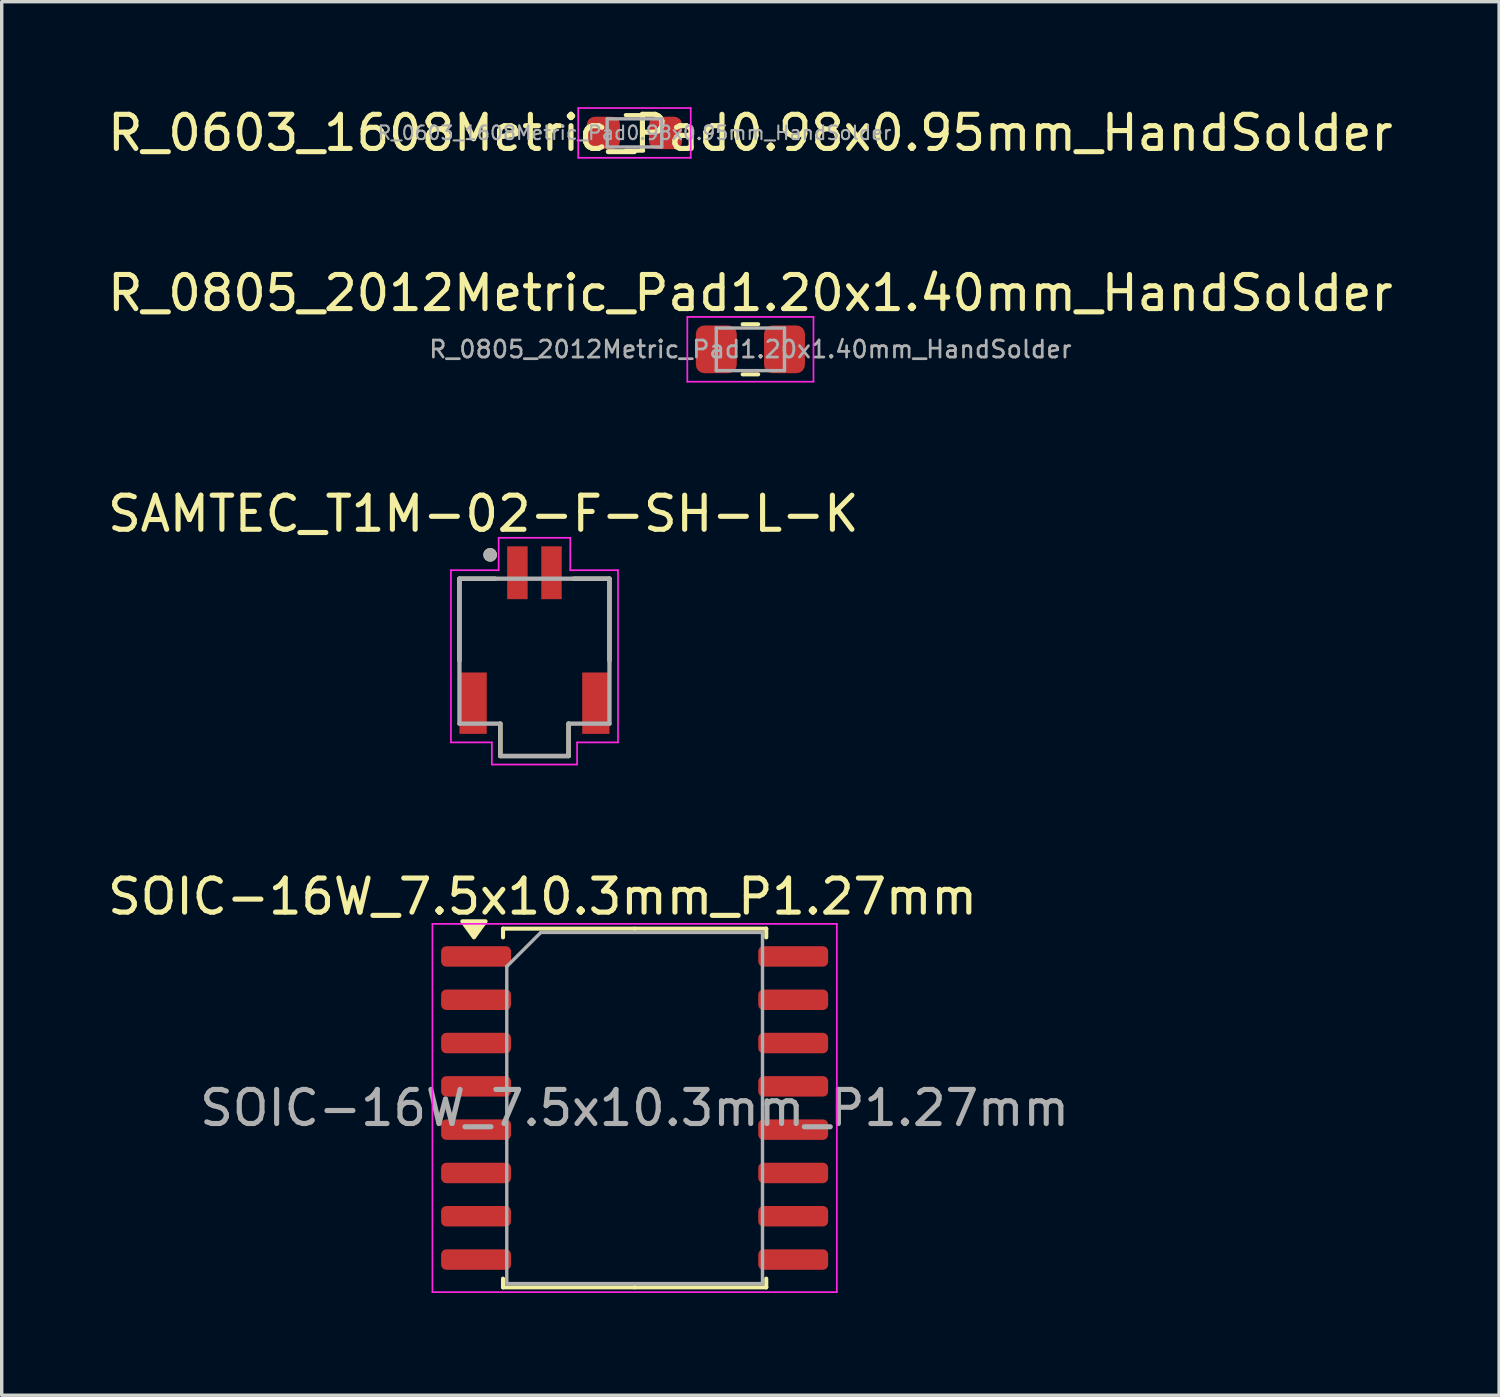
<source format=kicad_pcb>
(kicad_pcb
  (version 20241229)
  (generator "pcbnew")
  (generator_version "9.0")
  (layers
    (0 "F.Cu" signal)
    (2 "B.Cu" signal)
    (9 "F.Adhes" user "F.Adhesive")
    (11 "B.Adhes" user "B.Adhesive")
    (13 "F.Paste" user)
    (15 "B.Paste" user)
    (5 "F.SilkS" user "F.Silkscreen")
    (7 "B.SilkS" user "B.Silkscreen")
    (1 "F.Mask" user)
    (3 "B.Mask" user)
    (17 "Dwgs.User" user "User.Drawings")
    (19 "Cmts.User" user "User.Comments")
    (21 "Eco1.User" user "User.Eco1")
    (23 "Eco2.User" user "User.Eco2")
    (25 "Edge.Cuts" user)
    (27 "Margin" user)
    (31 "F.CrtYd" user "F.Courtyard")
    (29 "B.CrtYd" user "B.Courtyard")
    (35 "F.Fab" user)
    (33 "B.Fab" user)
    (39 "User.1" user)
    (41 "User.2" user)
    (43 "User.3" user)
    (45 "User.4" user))
  (footprint "SOIC-16W_7.5x10.3mm_P1.27mm"
    (layer "F.Cu")
    (at 15.563 29.446)
    (property "Reference" "SOIC-16W_7.5x10.3mm_P1.27mm" (at -2.7 -6.2 0) (layer "F.SilkS") (effects (font (size 1 1) (thickness 0.15))))
    (attr smd)
    (fp_line (start -3.86 -5.26) (end -3.86 -5.005) (stroke (width 0.12) (type solid)) (layer "F.SilkS"))
    (fp_line (start -3.86 5.26) (end -3.86 5.005) (stroke (width 0.12) (type solid)) (layer "F.SilkS"))
    (fp_line (start 0 -5.26) (end -3.86 -5.26) (stroke (width 0.12) (type solid)) (layer "F.SilkS"))
    (fp_line (start 0 -5.26) (end 3.86 -5.26) (stroke (width 0.12) (type solid)) (layer "F.SilkS"))
    (fp_line (start 0 5.26) (end -3.86 5.26) (stroke (width 0.12) (type solid)) (layer "F.SilkS"))
    (fp_line (start 0 5.26) (end 3.86 5.26) (stroke (width 0.12) (type solid)) (layer "F.SilkS"))
    (fp_line (start 3.86 -5.26) (end 3.86 -5.005) (stroke (width 0.12) (type solid)) (layer "F.SilkS"))
    (fp_line (start 3.86 5.26) (end 3.86 5.005) (stroke (width 0.12) (type solid)) (layer "F.SilkS"))
    (fp_poly (pts (xy -4.713 -5.005) (xy -5.053 -5.475) (xy -4.372 -5.475) (xy -4.713 -5.005)) (stroke (width 0.12) (type solid)) (fill yes) (layer "F.SilkS"))
    (fp_line (start -5.93 -5.4) (end -5.93 5.4) (stroke (width 0.05) (type solid)) (layer "F.CrtYd"))
    (fp_line (start -5.93 5.4) (end 5.93 5.4) (stroke (width 0.05) (type solid)) (layer "F.CrtYd"))
    (fp_line (start 5.93 -5.4) (end -5.93 -5.4) (stroke (width 0.05) (type solid)) (layer "F.CrtYd"))
    (fp_line (start 5.93 5.4) (end 5.93 -5.4) (stroke (width 0.05) (type solid)) (layer "F.CrtYd"))
    (fp_line (start -3.75 -4.15) (end -2.75 -5.15) (stroke (width 0.1) (type solid)) (layer "F.Fab"))
    (fp_line (start -3.75 5.15) (end -3.75 -4.15) (stroke (width 0.1) (type solid)) (layer "F.Fab"))
    (fp_line (start -2.75 -5.15) (end 3.75 -5.15) (stroke (width 0.1) (type solid)) (layer "F.Fab"))
    (fp_line (start 3.75 -5.15) (end 3.75 5.15) (stroke (width 0.1) (type solid)) (layer "F.Fab"))
    (fp_line (start 3.75 5.15) (end -3.75 5.15) (stroke (width 0.1) (type solid)) (layer "F.Fab"))
    (fp_text user "${REFERENCE}" (at 0 0 0) (layer "F.Fab") (effects (font (size 1 1) (thickness 0.15))))
    (pad "1" smd roundrect (at -4.65 -4.445) (size 2.05 0.6) (layers "F.Cu" "F.Mask" "F.Paste") (roundrect_rratio 0.25))
    (pad "2" smd roundrect (at -4.65 -3.175) (size 2.05 0.6) (layers "F.Cu" "F.Mask" "F.Paste") (roundrect_rratio 0.25))
    (pad "3" smd roundrect (at -4.65 -1.905) (size 2.05 0.6) (layers "F.Cu" "F.Mask" "F.Paste") (roundrect_rratio 0.25))
    (pad "4" smd roundrect (at -4.65 -0.635) (size 2.05 0.6) (layers "F.Cu" "F.Mask" "F.Paste") (roundrect_rratio 0.25))
    (pad "5" smd roundrect (at -4.65 0.635) (size 2.05 0.6) (layers "F.Cu" "F.Mask" "F.Paste") (roundrect_rratio 0.25))
    (pad "6" smd roundrect (at -4.65 1.905) (size 2.05 0.6) (layers "F.Cu" "F.Mask" "F.Paste") (roundrect_rratio 0.25))
    (pad "7" smd roundrect (at -4.65 3.175) (size 2.05 0.6) (layers "F.Cu" "F.Mask" "F.Paste") (roundrect_rratio 0.25))
    (pad "8" smd roundrect (at -4.65 4.445) (size 2.05 0.6) (layers "F.Cu" "F.Mask" "F.Paste") (roundrect_rratio 0.25))
    (pad "9" smd roundrect (at 4.65 4.445) (size 2.05 0.6) (layers "F.Cu" "F.Mask" "F.Paste") (roundrect_rratio 0.25))
    (pad "10" smd roundrect (at 4.65 3.175) (size 2.05 0.6) (layers "F.Cu" "F.Mask" "F.Paste") (roundrect_rratio 0.25))
    (pad "11" smd roundrect (at 4.65 1.905) (size 2.05 0.6) (layers "F.Cu" "F.Mask" "F.Paste") (roundrect_rratio 0.25))
    (pad "12" smd roundrect (at 4.65 0.635) (size 2.05 0.6) (layers "F.Cu" "F.Mask" "F.Paste") (roundrect_rratio 0.25))
    (pad "13" smd roundrect (at 4.65 -0.635) (size 2.05 0.6) (layers "F.Cu" "F.Mask" "F.Paste") (roundrect_rratio 0.25))
    (pad "14" smd roundrect (at 4.65 -1.905) (size 2.05 0.6) (layers "F.Cu" "F.Mask" "F.Paste") (roundrect_rratio 0.25))
    (pad "15" smd roundrect (at 4.65 -3.175) (size 2.05 0.6) (layers "F.Cu" "F.Mask" "F.Paste") (roundrect_rratio 0.25))
    (pad "16" smd roundrect (at 4.65 -4.445) (size 2.05 0.6) (layers "F.Cu" "F.Mask" "F.Paste") (roundrect_rratio 0.25)))
  (footprint "R_0603_1608Metric_Pad0.98x0.95mm_HandSolder"
    (layer "F.Cu")
    (at 15.558 0.848)
    (property "Reference" "R_0603_1608Metric_Pad0.98x0.95mm_HandSolder" (at 3.4 0 0) (layer "F.SilkS") (effects (font (size 1 1) (thickness 0.15))))
    (attr smd)
    (fp_line (start -0.255 -0.522) (end 0.255 -0.522) (stroke (width 0.12) (type solid)) (layer "F.SilkS"))
    (fp_line (start -0.255 0.522) (end 0.255 0.522) (stroke (width 0.12) (type solid)) (layer "F.SilkS"))
    (fp_line (start -1.65 -0.73) (end 1.65 -0.73) (stroke (width 0.05) (type solid)) (layer "F.CrtYd"))
    (fp_line (start -1.65 0.73) (end -1.65 -0.73) (stroke (width 0.05) (type solid)) (layer "F.CrtYd"))
    (fp_line (start 1.65 -0.73) (end 1.65 0.73) (stroke (width 0.05) (type solid)) (layer "F.CrtYd"))
    (fp_line (start 1.65 0.73) (end -1.65 0.73) (stroke (width 0.05) (type solid)) (layer "F.CrtYd"))
    (fp_line (start -0.8 -0.412) (end 0.8 -0.412) (stroke (width 0.1) (type solid)) (layer "F.Fab"))
    (fp_line (start -0.8 0.412) (end -0.8 -0.412) (stroke (width 0.1) (type solid)) (layer "F.Fab"))
    (fp_line (start 0.8 -0.412) (end 0.8 0.412) (stroke (width 0.1) (type solid)) (layer "F.Fab"))
    (fp_line (start 0.8 0.412) (end -0.8 0.412) (stroke (width 0.1) (type solid)) (layer "F.Fab"))
    (fp_text user "${REFERENCE}" (at 0 0 0) (layer "F.Fab") (effects (font (size 0.4 0.4) (thickness 0.06))))
    (pad "1" smd roundrect (at -0.912 0 180) (size 0.975 0.95) (layers "F.Cu" "F.Mask" "F.Paste") (roundrect_rratio 0.25))
    (pad "2" smd roundrect (at 0.912 0 180) (size 0.975 0.95) (layers "F.Cu" "F.Mask" "F.Paste") (roundrect_rratio 0.25)))
  (footprint "SAMTEC_T1M-02-F-SH-L-K"
    (layer "F.Cu")
    (at 12.625 13.923)
    (property "Reference" "SAMTEC_T1M-02-F-SH-L-K" (at -1.5 -1.905 0) (layer "F.SilkS") (effects (font (size 1 1) (thickness 0.15))))
    (attr smd)
    (fp_line (start -2.2 0) (end -2.2 2.4) (stroke (width 0.127) (type solid)) (layer "F.SilkS"))
    (fp_line (start -1.15 0) (end -2.2 0) (stroke (width 0.127) (type solid)) (layer "F.SilkS"))
    (fp_line (start -1 4.25) (end -1 5.2) (stroke (width 0.127) (type solid)) (layer "F.SilkS"))
    (fp_line (start -1 5.2) (end 1 5.2) (stroke (width 0.127) (type solid)) (layer "F.SilkS"))
    (fp_line (start 1 5.2) (end 1 4.25) (stroke (width 0.127) (type solid)) (layer "F.SilkS"))
    (fp_line (start 1.15 0) (end 2.2 0) (stroke (width 0.127) (type solid)) (layer "F.SilkS"))
    (fp_line (start 2.2 0) (end 2.2 2.4) (stroke (width 0.127) (type solid)) (layer "F.SilkS"))
    (fp_circle (center -1.3 -0.7) (end -1.2 -0.7) (stroke (width 0.2) (type solid)) (fill no) (layer "F.SilkS"))
    (fp_line (start -2.45 -0.25) (end -1.05 -0.25) (stroke (width 0.05) (type solid)) (layer "F.CrtYd"))
    (fp_line (start -2.45 4.8) (end -2.45 -0.25) (stroke (width 0.05) (type solid)) (layer "F.CrtYd"))
    (fp_line (start -1.25 4.8) (end -2.45 4.8) (stroke (width 0.05) (type solid)) (layer "F.CrtYd"))
    (fp_line (start -1.25 5.45) (end -1.25 4.8) (stroke (width 0.05) (type solid)) (layer "F.CrtYd"))
    (fp_line (start -1.05 -1.2) (end 1.05 -1.2) (stroke (width 0.05) (type solid)) (layer "F.CrtYd"))
    (fp_line (start -1.05 -0.25) (end -1.05 -1.2) (stroke (width 0.05) (type solid)) (layer "F.CrtYd"))
    (fp_line (start 1.05 -1.2) (end 1.05 -0.25) (stroke (width 0.05) (type solid)) (layer "F.CrtYd"))
    (fp_line (start 1.05 -0.25) (end 2.45 -0.25) (stroke (width 0.05) (type solid)) (layer "F.CrtYd"))
    (fp_line (start 1.25 4.8) (end 1.25 5.45) (stroke (width 0.05) (type solid)) (layer "F.CrtYd"))
    (fp_line (start 1.25 5.45) (end -1.25 5.45) (stroke (width 0.05) (type solid)) (layer "F.CrtYd"))
    (fp_line (start 2.45 -0.25) (end 2.45 4.8) (stroke (width 0.05) (type solid)) (layer "F.CrtYd"))
    (fp_line (start 2.45 4.8) (end 1.25 4.8) (stroke (width 0.05) (type solid)) (layer "F.CrtYd"))
    (fp_line (start -2.2 0) (end 2.2 0) (stroke (width 0.127) (type solid)) (layer "F.Fab"))
    (fp_line (start -2.2 4.25) (end -2.2 0) (stroke (width 0.127) (type solid)) (layer "F.Fab"))
    (fp_line (start -1 4.25) (end -2.2 4.25) (stroke (width 0.127) (type solid)) (layer "F.Fab"))
    (fp_line (start -1 4.25) (end -1 5.2) (stroke (width 0.127) (type solid)) (layer "F.Fab"))
    (fp_line (start -1 5.2) (end 1 5.2) (stroke (width 0.127) (type solid)) (layer "F.Fab"))
    (fp_line (start 1 5.2) (end 1 4.25) (stroke (width 0.127) (type solid)) (layer "F.Fab"))
    (fp_line (start 2.2 0) (end 2.2 4.25) (stroke (width 0.127) (type solid)) (layer "F.Fab"))
    (fp_line (start 2.2 4.25) (end 1 4.25) (stroke (width 0.127) (type solid)) (layer "F.Fab"))
    (fp_circle (center -1.3 -0.7) (end -1.2 -0.7) (stroke (width 0.2) (type solid)) (fill no) (layer "F.Fab"))
    (pad "1" smd rect (at -0.5 -0.175 180) (size 0.6 1.55) (layers "F.Cu" "F.Mask" "F.Paste"))
    (pad "2" smd rect (at 0.5 -0.175 180) (size 0.6 1.55) (layers "F.Cu" "F.Mask" "F.Paste"))
    (pad "SH" smd rect (at -1.8 3.65 180) (size 0.8 1.8) (layers "F.Cu" "F.Mask" "F.Paste"))
    (pad "SH" smd rect (at 1.8 3.65 180) (size 0.8 1.8) (layers "F.Cu" "F.Mask" "F.Paste")))
  (footprint "R_0805_2012Metric_Pad1.20x1.40mm_HandSolder"
    (layer "F.Cu")
    (at 18.958 7.195)
    (property "Reference" "R_0805_2012Metric_Pad1.20x1.40mm_HandSolder" (at 0 -1.65 0) (layer "F.SilkS") (effects (font (size 1 1) (thickness 0.15))))
    (attr smd dnp)
    (fp_line (start -0.227 -0.735) (end 0.227 -0.735) (stroke (width 0.12) (type solid)) (layer "F.SilkS"))
    (fp_line (start -0.227 0.735) (end 0.227 0.735) (stroke (width 0.12) (type solid)) (layer "F.SilkS"))
    (fp_line (start -1.85 -0.95) (end 1.85 -0.95) (stroke (width 0.05) (type solid)) (layer "F.CrtYd"))
    (fp_line (start -1.85 0.95) (end -1.85 -0.95) (stroke (width 0.05) (type solid)) (layer "F.CrtYd"))
    (fp_line (start 1.85 -0.95) (end 1.85 0.95) (stroke (width 0.05) (type solid)) (layer "F.CrtYd"))
    (fp_line (start 1.85 0.95) (end -1.85 0.95) (stroke (width 0.05) (type solid)) (layer "F.CrtYd"))
    (fp_line (start -1 -0.625) (end 1 -0.625) (stroke (width 0.1) (type solid)) (layer "F.Fab"))
    (fp_line (start -1 0.625) (end -1 -0.625) (stroke (width 0.1) (type solid)) (layer "F.Fab"))
    (fp_line (start 1 -0.625) (end 1 0.625) (stroke (width 0.1) (type solid)) (layer "F.Fab"))
    (fp_line (start 1 0.625) (end -1 0.625) (stroke (width 0.1) (type solid)) (layer "F.Fab"))
    (fp_text user "${REFERENCE}" (at 0 0 0) (layer "F.Fab") (effects (font (size 0.5 0.5) (thickness 0.08))))
    (pad "1" smd roundrect (at -1 0 180) (size 1.2 1.4) (layers "F.Cu" "F.Mask" "F.Paste") (roundrect_rratio 0.208))
    (pad "2" smd roundrect (at 1 0 180) (size 1.2 1.4) (layers "F.Cu" "F.Mask" "F.Paste") (roundrect_rratio 0.208)))
  (gr_rect
    (start -3 -3)
    (end 40.917 37.871)
    (stroke (width 0.1) (type default))
    (fill no)
    (layer "Edge.Cuts")))
</source>
